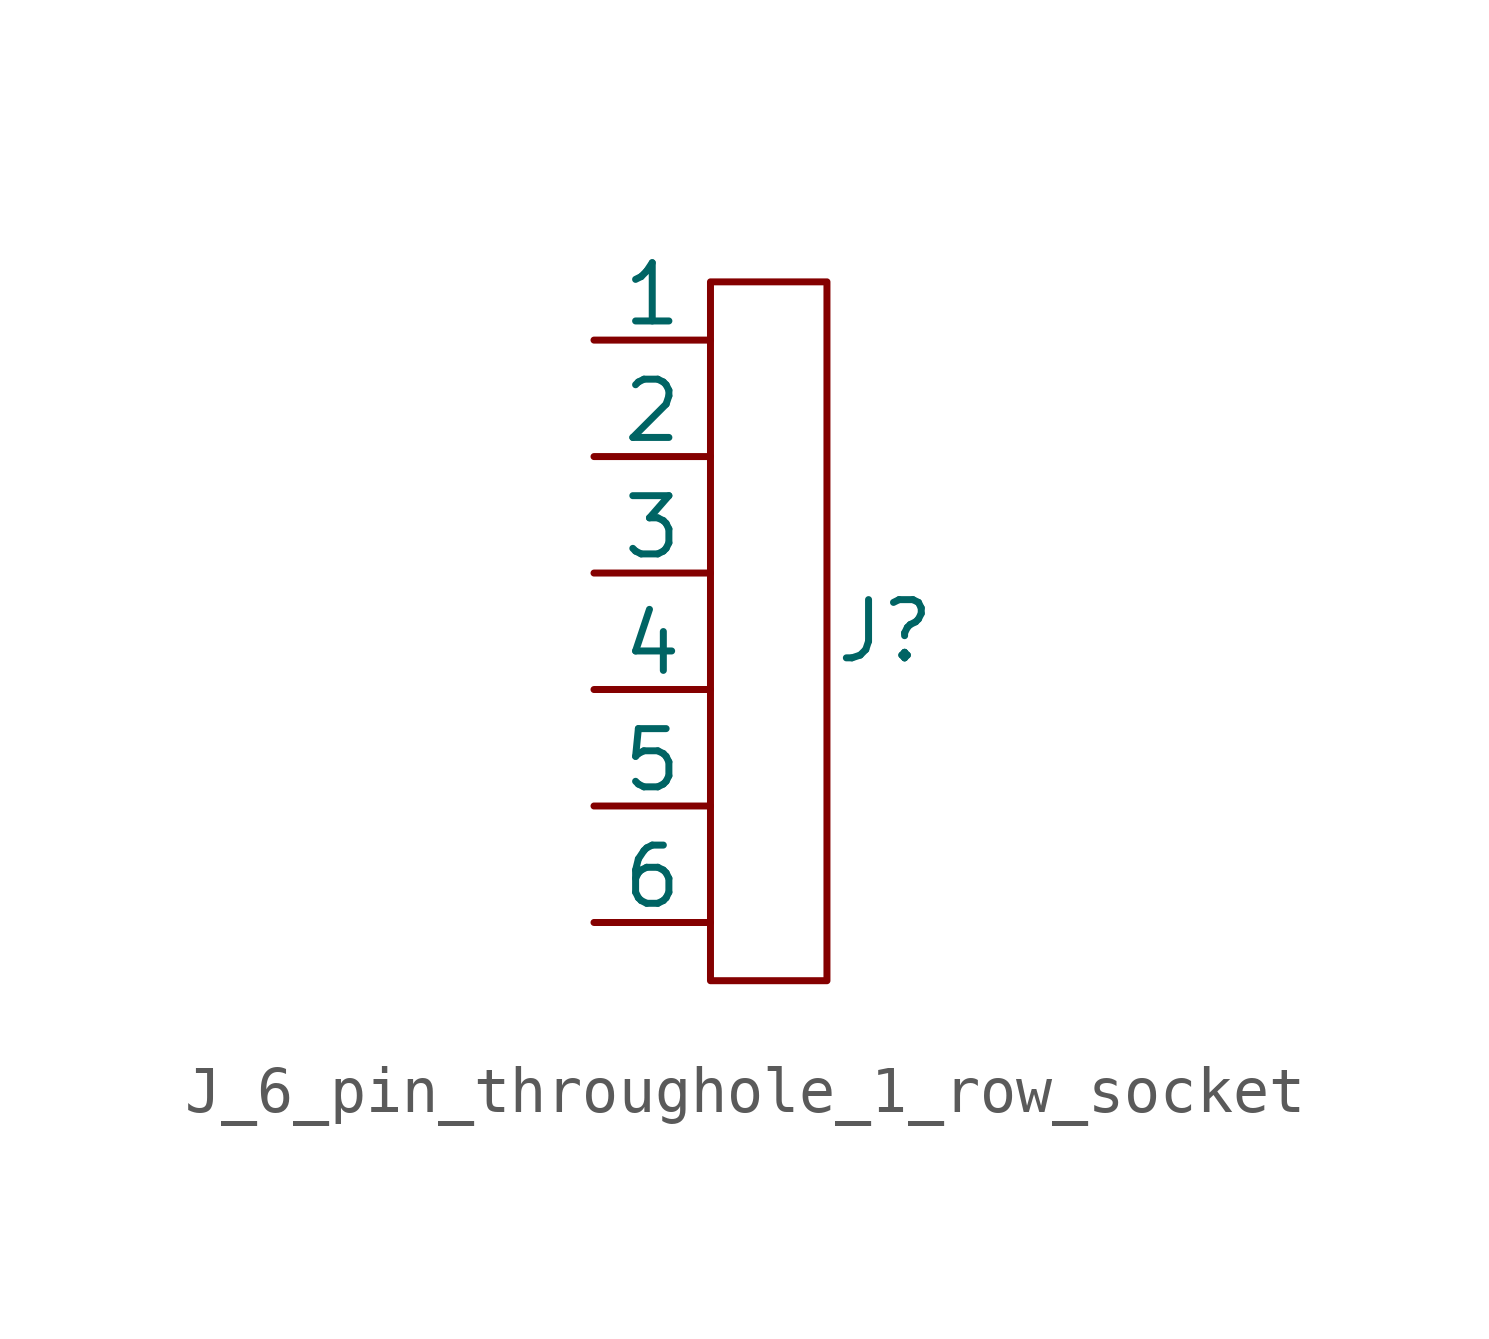
<source format=kicad_sym>
(kicad_symbol_lib
  (version 20220914)
  (generator kicad_symbol_editor)
  (symbol "J_6_pin_throughole_1_row_socket"
    (pin_numbers hide)
    (pin_names
      (offset 0))
    (property "Reference" "J"
      (at 3.81 0 0)
      (effects (font (size 1.27 1.27))))
    (symbol "J_6_pin_throughole_1_row_socket_0_1"
      (rectangle (start 0 7.62) (end 2.54 -7.62) (stroke (width 0) (type solid)) (fill (type none))))
    (symbol "J_6_pin_throughole_1_row_socket_1_1"
      (pin input line (at -2.54 6.35 0) (length 2.54) (name "1" (effects (font (size 1.27 1.27)))) (number "1" (effects (font (size 1.27 1.27)))))
      (pin input line (at -2.54 3.81 0) (length 2.54) (name "2" (effects (font (size 1.27 1.27)))) (number "2" (effects (font (size 1.27 1.27)))))
      (pin input line (at -2.54 1.27 0) (length 2.54) (name "3" (effects (font (size 1.27 1.27)))) (number "3" (effects (font (size 1.27 1.27)))))
      (pin input line (at -2.54 -1.27 0) (length 2.54) (name "4" (effects (font (size 1.27 1.27)))) (number "4" (effects (font (size 1.27 1.27)))))
      (pin input line (at -2.54 -3.81 0) (length 2.54) (name "5" (effects (font (size 1.27 1.27)))) (number "5" (effects (font (size 1.27 1.27)))))
      (pin input line (at -2.54 -6.35 0) (length 2.54) (name "6" (effects (font (size 1.27 1.27)))) (number "6" (effects (font (size 1.27 1.27))))))))
</source>
